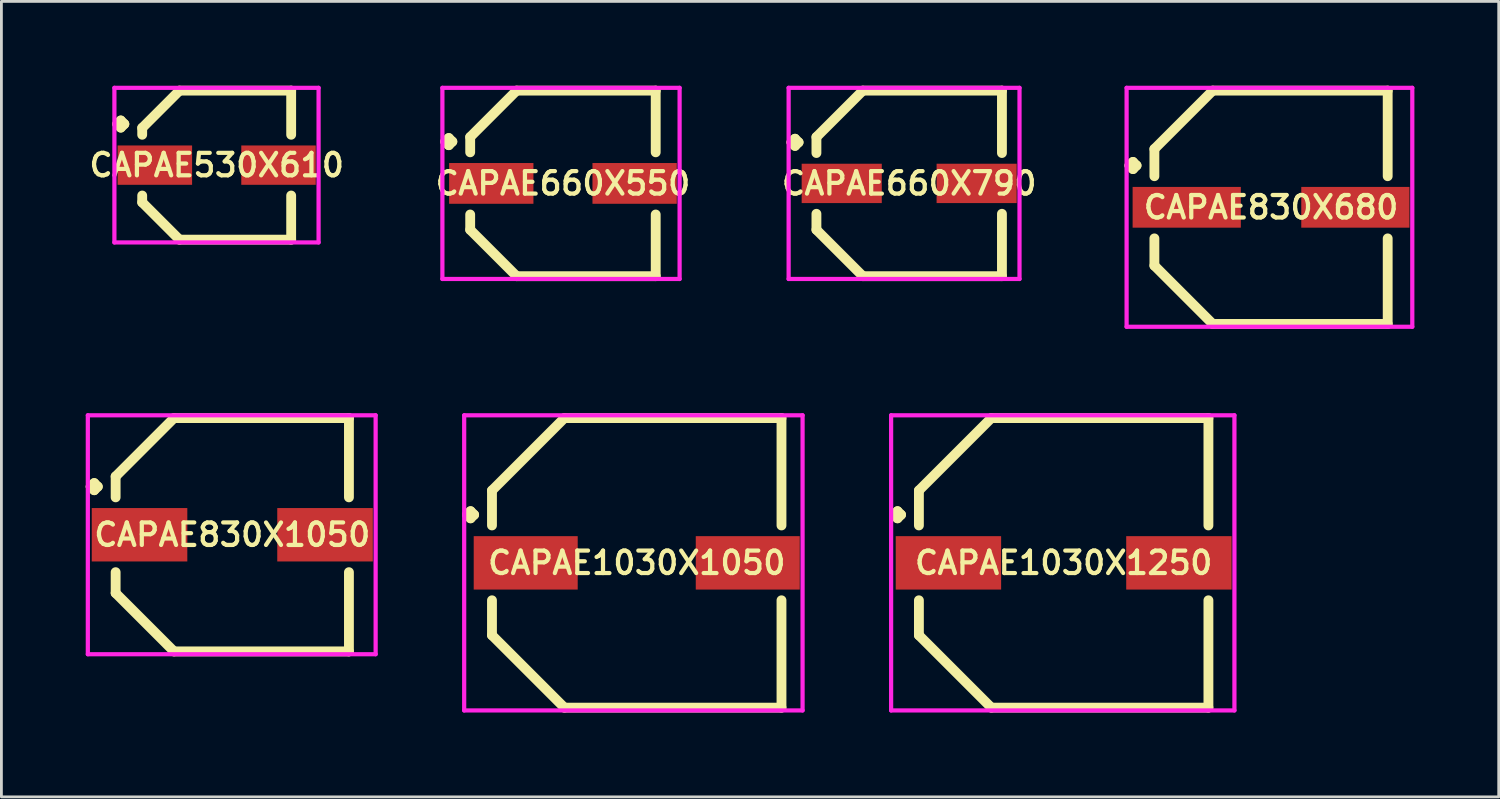
<source format=kicad_pcb>
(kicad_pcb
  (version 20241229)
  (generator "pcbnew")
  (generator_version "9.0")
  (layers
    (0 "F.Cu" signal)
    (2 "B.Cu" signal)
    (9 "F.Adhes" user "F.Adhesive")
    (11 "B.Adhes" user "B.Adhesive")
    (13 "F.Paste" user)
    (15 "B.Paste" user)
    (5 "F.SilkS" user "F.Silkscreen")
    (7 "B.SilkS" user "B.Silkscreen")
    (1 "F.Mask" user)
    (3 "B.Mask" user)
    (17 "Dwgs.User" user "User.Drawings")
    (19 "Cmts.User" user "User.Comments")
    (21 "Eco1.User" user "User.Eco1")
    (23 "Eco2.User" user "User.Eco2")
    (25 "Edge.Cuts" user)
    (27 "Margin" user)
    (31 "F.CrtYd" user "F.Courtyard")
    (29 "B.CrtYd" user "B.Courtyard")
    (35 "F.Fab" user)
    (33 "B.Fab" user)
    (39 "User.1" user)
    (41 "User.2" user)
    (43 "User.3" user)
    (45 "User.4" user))
  (footprint "CAPAE830X1050"
    (layer "F.Cu")
    (at 5.214 15.975)
    (property "Reference" "CAPAE830X1050" (at 0 0 0) (layer "F.SilkS") (effects (font (size 0.8 0.8) (thickness 0.15))))
    (attr smd)
    (fp_line (start -5.039 -1.712) (end -4.912 -1.839) (stroke (width 0.35) (type solid)) (layer "F.SilkS"))
    (fp_line (start -4.912 -1.839) (end -4.785 -1.712) (stroke (width 0.35) (type solid)) (layer "F.SilkS"))
    (fp_line (start -4.912 -1.585) (end -5.039 -1.712) (stroke (width 0.35) (type solid)) (layer "F.SilkS"))
    (fp_line (start -4.785 -1.712) (end -4.912 -1.585) (stroke (width 0.35) (type solid)) (layer "F.SilkS"))
    (fp_line (start -4.15 -2.075) (end -4.15 -1.331) (stroke (width 0.35) (type solid)) (layer "F.SilkS"))
    (fp_line (start -4.15 2.075) (end -4.15 1.331) (stroke (width 0.35) (type solid)) (layer "F.SilkS"))
    (fp_line (start -2.075 -4.15) (end -4.15 -2.075) (stroke (width 0.35) (type solid)) (layer "F.SilkS"))
    (fp_line (start -2.075 4.15) (end -4.15 2.075) (stroke (width 0.35) (type solid)) (layer "F.SilkS"))
    (fp_line (start 4.15 -4.15) (end -2.075 -4.15) (stroke (width 0.35) (type solid)) (layer "F.SilkS"))
    (fp_line (start 4.15 -1.331) (end 4.15 -4.15) (stroke (width 0.35) (type solid)) (layer "F.SilkS"))
    (fp_line (start 4.15 1.331) (end 4.15 4.15) (stroke (width 0.35) (type solid)) (layer "F.SilkS"))
    (fp_line (start 4.15 4.15) (end -2.075 4.15) (stroke (width 0.35) (type solid)) (layer "F.SilkS"))
    (fp_line (start -5.139 -4.25) (end 5.1 -4.25) (stroke (width 0.15) (type solid)) (layer "F.CrtYd"))
    (fp_line (start -5.139 4.25) (end -5.139 -4.25) (stroke (width 0.15) (type solid)) (layer "F.CrtYd"))
    (fp_line (start 5.1 -4.25) (end 5.1 4.25) (stroke (width 0.15) (type solid)) (layer "F.CrtYd"))
    (fp_line (start 5.1 4.25) (end -5.139 4.25) (stroke (width 0.15) (type solid)) (layer "F.CrtYd"))
    (pad "1" smd rect (at -3.3 0) (size 3.4 1.9) (layers "F.Cu" "F.Mask" "F.Paste"))
    (pad "2" smd rect (at 3.3 0) (size 3.4 1.9) (layers "F.Cu" "F.Mask" "F.Paste")))
  (footprint "CAPAE1030X1050"
    (layer "F.Cu")
    (at 19.603 16.975)
    (property "Reference" "CAPAE1030X1050" (at 0 0 0) (layer "F.SilkS") (effects (font (size 0.8 0.8) (thickness 0.15))))
    (attr smd)
    (fp_line (start -6.039 -1.712) (end -5.912 -1.839) (stroke (width 0.35) (type solid)) (layer "F.SilkS"))
    (fp_line (start -5.912 -1.839) (end -5.785 -1.712) (stroke (width 0.35) (type solid)) (layer "F.SilkS"))
    (fp_line (start -5.912 -1.585) (end -6.039 -1.712) (stroke (width 0.35) (type solid)) (layer "F.SilkS"))
    (fp_line (start -5.785 -1.712) (end -5.912 -1.585) (stroke (width 0.35) (type solid)) (layer "F.SilkS"))
    (fp_line (start -5.15 -2.575) (end -5.15 -1.331) (stroke (width 0.35) (type solid)) (layer "F.SilkS"))
    (fp_line (start -5.15 2.575) (end -5.15 1.331) (stroke (width 0.35) (type solid)) (layer "F.SilkS"))
    (fp_line (start -2.575 -5.15) (end -5.15 -2.575) (stroke (width 0.35) (type solid)) (layer "F.SilkS"))
    (fp_line (start -2.575 5.15) (end -5.15 2.575) (stroke (width 0.35) (type solid)) (layer "F.SilkS"))
    (fp_line (start 5.15 -5.15) (end -2.575 -5.15) (stroke (width 0.35) (type solid)) (layer "F.SilkS"))
    (fp_line (start 5.15 -1.331) (end 5.15 -5.15) (stroke (width 0.35) (type solid)) (layer "F.SilkS"))
    (fp_line (start 5.15 1.331) (end 5.15 5.15) (stroke (width 0.35) (type solid)) (layer "F.SilkS"))
    (fp_line (start 5.15 5.15) (end -2.575 5.15) (stroke (width 0.35) (type solid)) (layer "F.SilkS"))
    (fp_line (start -6.139 -5.25) (end 5.9 -5.25) (stroke (width 0.15) (type solid)) (layer "F.CrtYd"))
    (fp_line (start -6.139 5.25) (end -6.139 -5.25) (stroke (width 0.15) (type solid)) (layer "F.CrtYd"))
    (fp_line (start 5.9 -5.25) (end 5.9 5.25) (stroke (width 0.15) (type solid)) (layer "F.CrtYd"))
    (fp_line (start 5.9 5.25) (end -6.139 5.25) (stroke (width 0.15) (type solid)) (layer "F.CrtYd"))
    (pad "1" smd rect (at -3.95 0) (size 3.7 1.9) (layers "F.Cu" "F.Mask" "F.Paste"))
    (pad "2" smd rect (at 3.95 0) (size 3.7 1.9) (layers "F.Cu" "F.Mask" "F.Paste")))
  (footprint "CAPAE830X680"
    (layer "F.Cu")
    (at 42.17 4.325)
    (property "Reference" "CAPAE830X680" (at 0 0 0) (layer "F.SilkS") (effects (font (size 0.8 0.8) (thickness 0.15))))
    (attr through_hole)
    (fp_line (start -5.039 -1.487) (end -4.912 -1.614) (stroke (width 0.35) (type solid)) (layer "F.SilkS"))
    (fp_line (start -4.912 -1.614) (end -4.785 -1.487) (stroke (width 0.35) (type solid)) (layer "F.SilkS"))
    (fp_line (start -4.912 -1.36) (end -5.039 -1.487) (stroke (width 0.35) (type solid)) (layer "F.SilkS"))
    (fp_line (start -4.785 -1.487) (end -4.912 -1.36) (stroke (width 0.35) (type solid)) (layer "F.SilkS"))
    (fp_line (start -4.15 -2.075) (end -4.15 -1.106) (stroke (width 0.35) (type solid)) (layer "F.SilkS"))
    (fp_line (start -4.15 2.075) (end -4.15 1.106) (stroke (width 0.35) (type solid)) (layer "F.SilkS"))
    (fp_line (start -2.075 -4.15) (end -4.15 -2.075) (stroke (width 0.35) (type solid)) (layer "F.SilkS"))
    (fp_line (start -2.075 4.15) (end -4.15 2.075) (stroke (width 0.35) (type solid)) (layer "F.SilkS"))
    (fp_line (start 4.15 -4.15) (end -2.075 -4.15) (stroke (width 0.35) (type solid)) (layer "F.SilkS"))
    (fp_line (start 4.15 -1.106) (end 4.15 -4.15) (stroke (width 0.35) (type solid)) (layer "F.SilkS"))
    (fp_line (start 4.15 1.106) (end 4.15 4.15) (stroke (width 0.35) (type solid)) (layer "F.SilkS"))
    (fp_line (start 4.15 4.15) (end -2.075 4.15) (stroke (width 0.35) (type solid)) (layer "F.SilkS"))
    (fp_line (start -5.139 -4.25) (end 5.025 -4.25) (stroke (width 0.15) (type solid)) (layer "F.CrtYd"))
    (fp_line (start -5.139 4.25) (end -5.139 -4.25) (stroke (width 0.15) (type solid)) (layer "F.CrtYd"))
    (fp_line (start 5.025 -4.25) (end 5.025 4.25) (stroke (width 0.15) (type solid)) (layer "F.CrtYd"))
    (fp_line (start 5.025 4.25) (end -5.139 4.25) (stroke (width 0.15) (type solid)) (layer "F.CrtYd"))
    (pad "1" smd rect (at -3 0) (size 3.85 1.45) (layers "F.Cu" "F.Mask" "F.Paste"))
    (pad "2" smd rect (at 3 0) (size 3.85 1.45) (layers "F.Cu" "F.Mask" "F.Paste")))
  (footprint "CAPAE660X550"
    (layer "F.Cu")
    (at 16.978 3.475)
    (property "Reference" "CAPAE660X550" (at 0 0 0) (layer "F.SilkS") (effects (font (size 0.8 0.8) (thickness 0.15))))
    (attr smd)
    (fp_line (start -4.189 -1.487) (end -4.062 -1.614) (stroke (width 0.35) (type solid)) (layer "F.SilkS"))
    (fp_line (start -4.062 -1.614) (end -3.935 -1.487) (stroke (width 0.35) (type solid)) (layer "F.SilkS"))
    (fp_line (start -4.062 -1.36) (end -4.189 -1.487) (stroke (width 0.35) (type solid)) (layer "F.SilkS"))
    (fp_line (start -3.935 -1.487) (end -4.062 -1.36) (stroke (width 0.35) (type solid)) (layer "F.SilkS"))
    (fp_line (start -3.3 -1.65) (end -3.3 -1.106) (stroke (width 0.35) (type solid)) (layer "F.SilkS"))
    (fp_line (start -3.3 1.65) (end -3.3 1.106) (stroke (width 0.35) (type solid)) (layer "F.SilkS"))
    (fp_line (start -1.65 -3.3) (end -3.3 -1.65) (stroke (width 0.35) (type solid)) (layer "F.SilkS"))
    (fp_line (start -1.65 3.3) (end -3.3 1.65) (stroke (width 0.35) (type solid)) (layer "F.SilkS"))
    (fp_line (start 3.3 -3.3) (end -1.65 -3.3) (stroke (width 0.35) (type solid)) (layer "F.SilkS"))
    (fp_line (start 3.3 -1.106) (end 3.3 -3.3) (stroke (width 0.35) (type solid)) (layer "F.SilkS"))
    (fp_line (start 3.3 1.106) (end 3.3 3.3) (stroke (width 0.35) (type solid)) (layer "F.SilkS"))
    (fp_line (start 3.3 3.3) (end -1.65 3.3) (stroke (width 0.35) (type solid)) (layer "F.SilkS"))
    (fp_line (start -4.289 -3.4) (end 4.15 -3.4) (stroke (width 0.15) (type solid)) (layer "F.CrtYd"))
    (fp_line (start -4.289 3.4) (end -4.289 -3.4) (stroke (width 0.15) (type solid)) (layer "F.CrtYd"))
    (fp_line (start 4.15 -3.4) (end 4.15 3.4) (stroke (width 0.15) (type solid)) (layer "F.CrtYd"))
    (fp_line (start 4.15 3.4) (end -4.289 3.4) (stroke (width 0.15) (type solid)) (layer "F.CrtYd"))
    (pad "1" smd rect (at -2.55 0) (size 3 1.45) (layers "F.Cu" "F.Mask" "F.Paste"))
    (pad "2" smd rect (at 2.55 0) (size 3 1.45) (layers "F.Cu" "F.Mask" "F.Paste")))
  (footprint "CAPAE1030X1250"
    (layer "F.Cu")
    (at 34.792 16.975)
    (property "Reference" "CAPAE1030X1250" (at 0 0 0) (layer "F.SilkS") (effects (font (size 0.8 0.8) (thickness 0.15))))
    (attr through_hole)
    (fp_line (start -6.039 -1.712) (end -5.912 -1.839) (stroke (width 0.35) (type solid)) (layer "F.SilkS"))
    (fp_line (start -5.912 -1.839) (end -5.785 -1.712) (stroke (width 0.35) (type solid)) (layer "F.SilkS"))
    (fp_line (start -5.912 -1.585) (end -6.039 -1.712) (stroke (width 0.35) (type solid)) (layer "F.SilkS"))
    (fp_line (start -5.785 -1.712) (end -5.912 -1.585) (stroke (width 0.35) (type solid)) (layer "F.SilkS"))
    (fp_line (start -5.15 -2.575) (end -5.15 -1.331) (stroke (width 0.35) (type solid)) (layer "F.SilkS"))
    (fp_line (start -5.15 2.575) (end -5.15 1.331) (stroke (width 0.35) (type solid)) (layer "F.SilkS"))
    (fp_line (start -2.575 -5.15) (end -5.15 -2.575) (stroke (width 0.35) (type solid)) (layer "F.SilkS"))
    (fp_line (start -2.575 5.15) (end -5.15 2.575) (stroke (width 0.35) (type solid)) (layer "F.SilkS"))
    (fp_line (start 5.15 -5.15) (end -2.575 -5.15) (stroke (width 0.35) (type solid)) (layer "F.SilkS"))
    (fp_line (start 5.15 -1.331) (end 5.15 -5.15) (stroke (width 0.35) (type solid)) (layer "F.SilkS"))
    (fp_line (start 5.15 1.331) (end 5.15 5.15) (stroke (width 0.35) (type solid)) (layer "F.SilkS"))
    (fp_line (start 5.15 5.15) (end -2.575 5.15) (stroke (width 0.35) (type solid)) (layer "F.SilkS"))
    (fp_line (start -6.139 -5.25) (end 6.075 -5.25) (stroke (width 0.15) (type solid)) (layer "F.CrtYd"))
    (fp_line (start -6.139 5.25) (end -6.139 -5.25) (stroke (width 0.15) (type solid)) (layer "F.CrtYd"))
    (fp_line (start 6.075 -5.25) (end 6.075 5.25) (stroke (width 0.15) (type solid)) (layer "F.CrtYd"))
    (fp_line (start 6.075 5.25) (end -6.139 5.25) (stroke (width 0.15) (type solid)) (layer "F.CrtYd"))
    (pad "1" smd rect (at -4.1 0) (size 3.75 1.9) (layers "F.Cu" "F.Mask" "F.Paste"))
    (pad "2" smd rect (at 4.1 0) (size 3.75 1.9) (layers "F.Cu" "F.Mask" "F.Paste")))
  (footprint "CAPAE530X610"
    (layer "F.Cu")
    (at 4.659 2.825)
    (property "Reference" "CAPAE530X610" (at 0 0 0) (layer "F.SilkS") (effects (font (size 0.8 0.8) (thickness 0.15))))
    (attr smd)
    (fp_line (start -3.539 -1.462) (end -3.412 -1.589) (stroke (width 0.35) (type solid)) (layer "F.SilkS"))
    (fp_line (start -3.412 -1.589) (end -3.285 -1.462) (stroke (width 0.35) (type solid)) (layer "F.SilkS"))
    (fp_line (start -3.412 -1.335) (end -3.539 -1.462) (stroke (width 0.35) (type solid)) (layer "F.SilkS"))
    (fp_line (start -3.285 -1.462) (end -3.412 -1.335) (stroke (width 0.35) (type solid)) (layer "F.SilkS"))
    (fp_line (start -2.65 -1.325) (end -2.65 -1.081) (stroke (width 0.35) (type solid)) (layer "F.SilkS"))
    (fp_line (start -2.65 1.325) (end -2.65 1.081) (stroke (width 0.35) (type solid)) (layer "F.SilkS"))
    (fp_line (start -1.325 -2.65) (end -2.65 -1.325) (stroke (width 0.35) (type solid)) (layer "F.SilkS"))
    (fp_line (start -1.325 2.65) (end -2.65 1.325) (stroke (width 0.35) (type solid)) (layer "F.SilkS"))
    (fp_line (start 2.65 -2.65) (end -1.325 -2.65) (stroke (width 0.35) (type solid)) (layer "F.SilkS"))
    (fp_line (start 2.65 -1.081) (end 2.65 -2.65) (stroke (width 0.35) (type solid)) (layer "F.SilkS"))
    (fp_line (start 2.65 1.081) (end 2.65 2.65) (stroke (width 0.35) (type solid)) (layer "F.SilkS"))
    (fp_line (start 2.65 2.65) (end -1.325 2.65) (stroke (width 0.35) (type solid)) (layer "F.SilkS"))
    (fp_line (start -3.639 -2.75) (end 3.625 -2.75) (stroke (width 0.15) (type solid)) (layer "F.CrtYd"))
    (fp_line (start -3.639 2.75) (end -3.639 -2.75) (stroke (width 0.15) (type solid)) (layer "F.CrtYd"))
    (fp_line (start 3.625 -2.75) (end 3.625 2.75) (stroke (width 0.15) (type solid)) (layer "F.CrtYd"))
    (fp_line (start 3.625 2.75) (end -3.639 2.75) (stroke (width 0.15) (type solid)) (layer "F.CrtYd"))
    (pad "1" smd rect (at -2.2 0) (size 2.65 1.4) (layers "F.Cu" "F.Mask" "F.Paste"))
    (pad "2" smd rect (at 2.2 0) (size 2.65 1.4) (layers "F.Cu" "F.Mask" "F.Paste")))
  (footprint "CAPAE660X790"
    (layer "F.Cu")
    (at 29.296 3.475)
    (property "Reference" "CAPAE660X790" (at 0 0 0) (layer "F.SilkS") (effects (font (size 0.8 0.8) (thickness 0.15))))
    (attr smd)
    (fp_line (start -4.189 -1.462) (end -4.062 -1.589) (stroke (width 0.35) (type solid)) (layer "F.SilkS"))
    (fp_line (start -4.062 -1.589) (end -3.935 -1.462) (stroke (width 0.35) (type solid)) (layer "F.SilkS"))
    (fp_line (start -4.062 -1.335) (end -4.189 -1.462) (stroke (width 0.35) (type solid)) (layer "F.SilkS"))
    (fp_line (start -3.935 -1.462) (end -4.062 -1.335) (stroke (width 0.35) (type solid)) (layer "F.SilkS"))
    (fp_line (start -3.3 -1.65) (end -3.3 -1.081) (stroke (width 0.35) (type solid)) (layer "F.SilkS"))
    (fp_line (start -3.3 1.65) (end -3.3 1.081) (stroke (width 0.35) (type solid)) (layer "F.SilkS"))
    (fp_line (start -1.65 -3.3) (end -3.3 -1.65) (stroke (width 0.35) (type solid)) (layer "F.SilkS"))
    (fp_line (start -1.65 3.3) (end -3.3 1.65) (stroke (width 0.35) (type solid)) (layer "F.SilkS"))
    (fp_line (start 3.3 -3.3) (end -1.65 -3.3) (stroke (width 0.35) (type solid)) (layer "F.SilkS"))
    (fp_line (start 3.3 -1.081) (end 3.3 -3.3) (stroke (width 0.35) (type solid)) (layer "F.SilkS"))
    (fp_line (start 3.3 1.081) (end 3.3 3.3) (stroke (width 0.35) (type solid)) (layer "F.SilkS"))
    (fp_line (start 3.3 3.3) (end -1.65 3.3) (stroke (width 0.35) (type solid)) (layer "F.SilkS"))
    (fp_line (start -4.289 -3.4) (end 3.925 -3.4) (stroke (width 0.15) (type solid)) (layer "F.CrtYd"))
    (fp_line (start -4.289 3.4) (end -4.289 -3.4) (stroke (width 0.15) (type solid)) (layer "F.CrtYd"))
    (fp_line (start 3.925 -3.4) (end 3.925 3.4) (stroke (width 0.15) (type solid)) (layer "F.CrtYd"))
    (fp_line (start 3.925 3.4) (end -4.289 3.4) (stroke (width 0.15) (type solid)) (layer "F.CrtYd"))
    (pad "1" smd rect (at -2.4 0) (size 2.85 1.4) (layers "F.Cu" "F.Mask" "F.Paste"))
    (pad "2" smd rect (at 2.4 0) (size 2.85 1.4) (layers "F.Cu" "F.Mask" "F.Paste")))
  (gr_rect
    (start -3 -3)
    (end 50.27 25.3)
    (stroke (width 0.1) (type default))
    (fill no)
    (layer "Edge.Cuts")))
</source>
